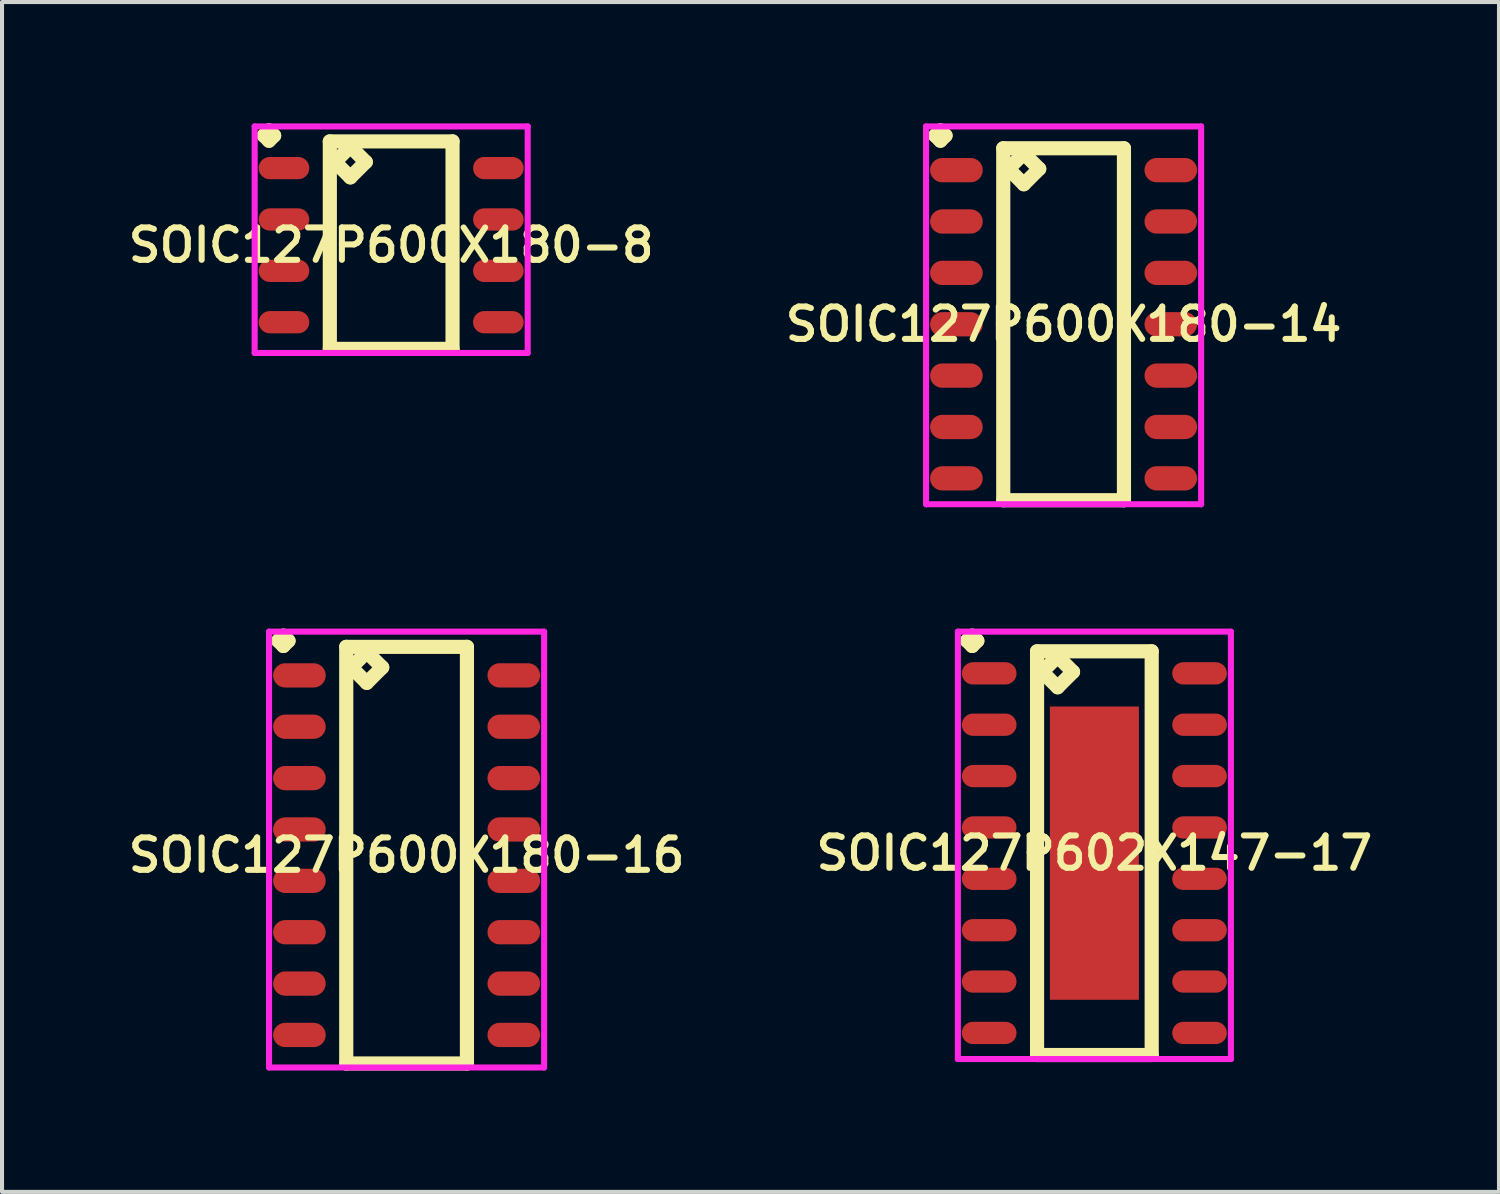
<source format=kicad_pcb>
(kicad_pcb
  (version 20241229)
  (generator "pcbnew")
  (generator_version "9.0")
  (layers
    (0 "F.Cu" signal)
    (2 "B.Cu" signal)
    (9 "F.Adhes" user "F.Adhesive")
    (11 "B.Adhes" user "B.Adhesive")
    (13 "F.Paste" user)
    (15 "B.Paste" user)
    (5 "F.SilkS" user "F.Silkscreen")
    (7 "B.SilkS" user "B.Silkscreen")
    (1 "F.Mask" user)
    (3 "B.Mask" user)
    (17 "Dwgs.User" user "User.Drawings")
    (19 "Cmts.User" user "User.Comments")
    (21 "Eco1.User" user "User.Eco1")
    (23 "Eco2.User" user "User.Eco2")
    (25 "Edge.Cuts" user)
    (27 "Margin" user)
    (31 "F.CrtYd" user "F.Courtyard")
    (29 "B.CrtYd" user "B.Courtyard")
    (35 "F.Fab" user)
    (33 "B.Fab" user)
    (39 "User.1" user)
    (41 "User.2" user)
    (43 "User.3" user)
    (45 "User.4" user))
  (footprint "SOIC127P602X147-17"
    (layer "F.Cu")
    (at 24.006 18.042)
    (property "Reference" "SOIC127P602X147-17" (at 0 0 0) (layer "F.SilkS") (effects (font (size 0.8 0.8) (thickness 0.15))))
    (attr through_hole)
    (fp_line (start -3.148 -5.249) (end -3.021 -5.376) (stroke (width 0.35) (type solid)) (layer "F.SilkS"))
    (fp_line (start -3.021 -5.376) (end -2.894 -5.249) (stroke (width 0.35) (type solid)) (layer "F.SilkS"))
    (fp_line (start -3.021 -5.122) (end -3.148 -5.249) (stroke (width 0.35) (type solid)) (layer "F.SilkS"))
    (fp_line (start -2.894 -5.249) (end -3.021 -5.122) (stroke (width 0.35) (type solid)) (layer "F.SilkS"))
    (fp_line (start -1.417 -4.99) (end -1.417 4.99) (stroke (width 0.35) (type solid)) (layer "F.SilkS"))
    (fp_line (start -1.417 4.99) (end 1.417 4.99) (stroke (width 0.35) (type solid)) (layer "F.SilkS"))
    (fp_line (start -1.29 -4.482) (end -0.909 -4.863) (stroke (width 0.35) (type solid)) (layer "F.SilkS"))
    (fp_line (start -0.909 -4.863) (end -0.528 -4.482) (stroke (width 0.35) (type solid)) (layer "F.SilkS"))
    (fp_line (start -0.909 -4.101) (end -1.29 -4.482) (stroke (width 0.35) (type solid)) (layer "F.SilkS"))
    (fp_line (start -0.528 -4.482) (end -0.909 -4.101) (stroke (width 0.35) (type solid)) (layer "F.SilkS"))
    (fp_line (start 1.417 -4.99) (end -1.417 -4.99) (stroke (width 0.35) (type solid)) (layer "F.SilkS"))
    (fp_line (start 1.417 4.99) (end 1.417 -4.99) (stroke (width 0.35) (type solid)) (layer "F.SilkS"))
    (fp_line (start -3.375 -5.476) (end 3.375 -5.476) (stroke (width 0.15) (type solid)) (layer "F.CrtYd"))
    (fp_line (start -3.375 5.09) (end -3.375 -5.476) (stroke (width 0.15) (type solid)) (layer "F.CrtYd"))
    (fp_line (start 3.375 -5.476) (end 3.375 5.09) (stroke (width 0.15) (type solid)) (layer "F.CrtYd"))
    (fp_line (start 3.375 5.09) (end -3.375 5.09) (stroke (width 0.15) (type solid)) (layer "F.CrtYd"))
    (pad "1" smd oval (at -2.6 -4.445) (size 1.35 0.55) (layers "F.Cu" "F.Mask" "F.Paste"))
    (pad "2" smd oval (at -2.6 -3.175) (size 1.35 0.55) (layers "F.Cu" "F.Mask" "F.Paste"))
    (pad "3" smd oval (at -2.6 -1.905) (size 1.35 0.55) (layers "F.Cu" "F.Mask" "F.Paste"))
    (pad "4" smd oval (at -2.6 -0.635) (size 1.35 0.55) (layers "F.Cu" "F.Mask" "F.Paste"))
    (pad "5" smd oval (at -2.6 0.635) (size 1.35 0.55) (layers "F.Cu" "F.Mask" "F.Paste"))
    (pad "6" smd oval (at -2.6 1.905) (size 1.35 0.55) (layers "F.Cu" "F.Mask" "F.Paste"))
    (pad "7" smd oval (at -2.6 3.175) (size 1.35 0.55) (layers "F.Cu" "F.Mask" "F.Paste"))
    (pad "8" smd oval (at -2.6 4.445) (size 1.35 0.55) (layers "F.Cu" "F.Mask" "F.Paste"))
    (pad "9" smd oval (at 2.6 4.445) (size 1.35 0.55) (layers "F.Cu" "F.Mask" "F.Paste"))
    (pad "10" smd oval (at 2.6 3.175) (size 1.35 0.55) (layers "F.Cu" "F.Mask" "F.Paste"))
    (pad "11" smd oval (at 2.6 1.905) (size 1.35 0.55) (layers "F.Cu" "F.Mask" "F.Paste"))
    (pad "12" smd oval (at 2.6 0.635) (size 1.35 0.55) (layers "F.Cu" "F.Mask" "F.Paste"))
    (pad "13" smd oval (at 2.6 -0.635) (size 1.35 0.55) (layers "F.Cu" "F.Mask" "F.Paste"))
    (pad "14" smd oval (at 2.6 -1.905) (size 1.35 0.55) (layers "F.Cu" "F.Mask" "F.Paste"))
    (pad "15" smd oval (at 2.6 -3.175) (size 1.35 0.55) (layers "F.Cu" "F.Mask" "F.Paste"))
    (pad "16" smd oval (at 2.6 -4.445) (size 1.35 0.55) (layers "F.Cu" "F.Mask" "F.Paste"))
    (pad "17" smd rect (at 0 0) (size 2.2 7.25) (layers "F.Cu" "F.Mask" "F.Paste")))
  (footprint "SOIC127P600X180-8"
    (layer "F.Cu")
    (at 6.621 3.011)
    (property "Reference" "SOIC127P600X180-8" (at 0 0 0) (layer "F.SilkS") (effects (font (size 0.8 0.8) (thickness 0.15))))
    (attr smd)
    (fp_line (start -3.148 -2.709) (end -3.021 -2.836) (stroke (width 0.35) (type solid)) (layer "F.SilkS"))
    (fp_line (start -3.021 -2.836) (end -2.894 -2.709) (stroke (width 0.35) (type solid)) (layer "F.SilkS"))
    (fp_line (start -3.021 -2.582) (end -3.148 -2.709) (stroke (width 0.35) (type solid)) (layer "F.SilkS"))
    (fp_line (start -2.894 -2.709) (end -3.021 -2.582) (stroke (width 0.35) (type solid)) (layer "F.SilkS"))
    (fp_line (start -1.517 -2.565) (end -1.517 2.565) (stroke (width 0.35) (type solid)) (layer "F.SilkS"))
    (fp_line (start -1.517 2.565) (end 1.517 2.565) (stroke (width 0.35) (type solid)) (layer "F.SilkS"))
    (fp_line (start -1.39 -2.057) (end -1.009 -2.438) (stroke (width 0.35) (type solid)) (layer "F.SilkS"))
    (fp_line (start -1.009 -2.438) (end -0.628 -2.057) (stroke (width 0.35) (type solid)) (layer "F.SilkS"))
    (fp_line (start -1.009 -1.676) (end -1.39 -2.057) (stroke (width 0.35) (type solid)) (layer "F.SilkS"))
    (fp_line (start -0.628 -2.057) (end -1.009 -1.676) (stroke (width 0.35) (type solid)) (layer "F.SilkS"))
    (fp_line (start 1.517 -2.565) (end -1.517 -2.565) (stroke (width 0.35) (type solid)) (layer "F.SilkS"))
    (fp_line (start 1.517 2.565) (end 1.517 -2.565) (stroke (width 0.35) (type solid)) (layer "F.SilkS"))
    (fp_line (start -3.375 -2.936) (end 3.375 -2.936) (stroke (width 0.15) (type solid)) (layer "F.CrtYd"))
    (fp_line (start -3.375 2.665) (end -3.375 -2.936) (stroke (width 0.15) (type solid)) (layer "F.CrtYd"))
    (fp_line (start 3.375 -2.936) (end 3.375 2.665) (stroke (width 0.15) (type solid)) (layer "F.CrtYd"))
    (fp_line (start 3.375 2.665) (end -3.375 2.665) (stroke (width 0.15) (type solid)) (layer "F.CrtYd"))
    (pad "1" smd oval (at -2.65 -1.905) (size 1.25 0.55) (layers "F.Cu" "F.Mask" "F.Paste"))
    (pad "2" smd oval (at -2.65 -0.635) (size 1.25 0.55) (layers "F.Cu" "F.Mask" "F.Paste"))
    (pad "3" smd oval (at -2.65 0.635) (size 1.25 0.55) (layers "F.Cu" "F.Mask" "F.Paste"))
    (pad "4" smd oval (at -2.65 1.905) (size 1.25 0.55) (layers "F.Cu" "F.Mask" "F.Paste"))
    (pad "5" smd oval (at 2.65 1.905) (size 1.25 0.55) (layers "F.Cu" "F.Mask" "F.Paste"))
    (pad "6" smd oval (at 2.65 0.635) (size 1.25 0.55) (layers "F.Cu" "F.Mask" "F.Paste"))
    (pad "7" smd oval (at 2.65 -0.635) (size 1.25 0.55) (layers "F.Cu" "F.Mask" "F.Paste"))
    (pad "8" smd oval (at 2.65 -1.905) (size 1.25 0.55) (layers "F.Cu" "F.Mask" "F.Paste")))
  (footprint "SOIC127P600X180-16"
    (layer "F.Cu")
    (at 7.002 18.092)
    (property "Reference" "SOIC127P600X180-16" (at 0 0 0) (layer "F.SilkS") (effects (font (size 0.8 0.8) (thickness 0.15))))
    (attr smd)
    (fp_line (start -3.173 -5.299) (end -3.046 -5.426) (stroke (width 0.35) (type solid)) (layer "F.SilkS"))
    (fp_line (start -3.046 -5.426) (end -2.919 -5.299) (stroke (width 0.35) (type solid)) (layer "F.SilkS"))
    (fp_line (start -3.046 -5.172) (end -3.173 -5.299) (stroke (width 0.35) (type solid)) (layer "F.SilkS"))
    (fp_line (start -2.919 -5.299) (end -3.046 -5.172) (stroke (width 0.35) (type solid)) (layer "F.SilkS"))
    (fp_line (start -1.492 -5.15) (end -1.492 5.15) (stroke (width 0.35) (type solid)) (layer "F.SilkS"))
    (fp_line (start -1.492 5.15) (end 1.492 5.15) (stroke (width 0.35) (type solid)) (layer "F.SilkS"))
    (fp_line (start -1.365 -4.642) (end -0.984 -5.023) (stroke (width 0.35) (type solid)) (layer "F.SilkS"))
    (fp_line (start -0.984 -5.023) (end -0.603 -4.642) (stroke (width 0.35) (type solid)) (layer "F.SilkS"))
    (fp_line (start -0.984 -4.261) (end -1.365 -4.642) (stroke (width 0.35) (type solid)) (layer "F.SilkS"))
    (fp_line (start -0.603 -4.642) (end -0.984 -4.261) (stroke (width 0.35) (type solid)) (layer "F.SilkS"))
    (fp_line (start 1.492 -5.15) (end -1.492 -5.15) (stroke (width 0.35) (type solid)) (layer "F.SilkS"))
    (fp_line (start 1.492 5.15) (end 1.492 -5.15) (stroke (width 0.35) (type solid)) (layer "F.SilkS"))
    (fp_line (start -3.4 -5.526) (end 3.4 -5.526) (stroke (width 0.15) (type solid)) (layer "F.CrtYd"))
    (fp_line (start -3.4 5.25) (end -3.4 -5.526) (stroke (width 0.15) (type solid)) (layer "F.CrtYd"))
    (fp_line (start 3.4 -5.526) (end 3.4 5.25) (stroke (width 0.15) (type solid)) (layer "F.CrtYd"))
    (fp_line (start 3.4 5.25) (end -3.4 5.25) (stroke (width 0.15) (type solid)) (layer "F.CrtYd"))
    (pad "1" smd oval (at -2.65 -4.445) (size 1.3 0.6) (layers "F.Cu" "F.Mask" "F.Paste"))
    (pad "2" smd oval (at -2.65 -3.175) (size 1.3 0.6) (layers "F.Cu" "F.Mask" "F.Paste"))
    (pad "3" smd oval (at -2.65 -1.905) (size 1.3 0.6) (layers "F.Cu" "F.Mask" "F.Paste"))
    (pad "4" smd oval (at -2.65 -0.635) (size 1.3 0.6) (layers "F.Cu" "F.Mask" "F.Paste"))
    (pad "5" smd oval (at -2.65 0.635) (size 1.3 0.6) (layers "F.Cu" "F.Mask" "F.Paste"))
    (pad "6" smd oval (at -2.65 1.905) (size 1.3 0.6) (layers "F.Cu" "F.Mask" "F.Paste"))
    (pad "7" smd oval (at -2.65 3.175) (size 1.3 0.6) (layers "F.Cu" "F.Mask" "F.Paste"))
    (pad "8" smd oval (at -2.65 4.445) (size 1.3 0.6) (layers "F.Cu" "F.Mask" "F.Paste"))
    (pad "9" smd oval (at 2.65 4.445) (size 1.3 0.6) (layers "F.Cu" "F.Mask" "F.Paste"))
    (pad "10" smd oval (at 2.65 3.175) (size 1.3 0.6) (layers "F.Cu" "F.Mask" "F.Paste"))
    (pad "11" smd oval (at 2.65 1.905) (size 1.3 0.6) (layers "F.Cu" "F.Mask" "F.Paste"))
    (pad "12" smd oval (at 2.65 0.635) (size 1.3 0.6) (layers "F.Cu" "F.Mask" "F.Paste"))
    (pad "13" smd oval (at 2.65 -0.635) (size 1.3 0.6) (layers "F.Cu" "F.Mask" "F.Paste"))
    (pad "14" smd oval (at 2.65 -1.905) (size 1.3 0.6) (layers "F.Cu" "F.Mask" "F.Paste"))
    (pad "15" smd oval (at 2.65 -3.175) (size 1.3 0.6) (layers "F.Cu" "F.Mask" "F.Paste"))
    (pad "16" smd oval (at 2.65 -4.445) (size 1.3 0.6) (layers "F.Cu" "F.Mask" "F.Paste")))
  (footprint "SOIC127P600X180-14"
    (layer "F.Cu")
    (at 23.245 4.966)
    (property "Reference" "SOIC127P600X180-14" (at 0 0 0) (layer "F.SilkS") (effects (font (size 0.8 0.8) (thickness 0.15))))
    (attr smd)
    (fp_line (start -3.173 -4.664) (end -3.046 -4.791) (stroke (width 0.35) (type solid)) (layer "F.SilkS"))
    (fp_line (start -3.046 -4.791) (end -2.919 -4.664) (stroke (width 0.35) (type solid)) (layer "F.SilkS"))
    (fp_line (start -3.046 -4.537) (end -3.173 -4.664) (stroke (width 0.35) (type solid)) (layer "F.SilkS"))
    (fp_line (start -2.919 -4.664) (end -3.046 -4.537) (stroke (width 0.35) (type solid)) (layer "F.SilkS"))
    (fp_line (start -1.492 -4.35) (end -1.492 4.35) (stroke (width 0.35) (type solid)) (layer "F.SilkS"))
    (fp_line (start -1.492 4.35) (end 1.492 4.35) (stroke (width 0.35) (type solid)) (layer "F.SilkS"))
    (fp_line (start -1.365 -3.842) (end -0.984 -4.223) (stroke (width 0.35) (type solid)) (layer "F.SilkS"))
    (fp_line (start -0.984 -4.223) (end -0.603 -3.842) (stroke (width 0.35) (type solid)) (layer "F.SilkS"))
    (fp_line (start -0.984 -3.461) (end -1.365 -3.842) (stroke (width 0.35) (type solid)) (layer "F.SilkS"))
    (fp_line (start -0.603 -3.842) (end -0.984 -3.461) (stroke (width 0.35) (type solid)) (layer "F.SilkS"))
    (fp_line (start 1.492 -4.35) (end -1.492 -4.35) (stroke (width 0.35) (type solid)) (layer "F.SilkS"))
    (fp_line (start 1.492 4.35) (end 1.492 -4.35) (stroke (width 0.35) (type solid)) (layer "F.SilkS"))
    (fp_line (start -3.4 -4.891) (end 3.4 -4.891) (stroke (width 0.15) (type solid)) (layer "F.CrtYd"))
    (fp_line (start -3.4 4.45) (end -3.4 -4.891) (stroke (width 0.15) (type solid)) (layer "F.CrtYd"))
    (fp_line (start 3.4 -4.891) (end 3.4 4.45) (stroke (width 0.15) (type solid)) (layer "F.CrtYd"))
    (fp_line (start 3.4 4.45) (end -3.4 4.45) (stroke (width 0.15) (type solid)) (layer "F.CrtYd"))
    (pad "1" smd oval (at -2.65 -3.81) (size 1.3 0.6) (layers "F.Cu" "F.Mask" "F.Paste"))
    (pad "2" smd oval (at -2.65 -2.54) (size 1.3 0.6) (layers "F.Cu" "F.Mask" "F.Paste"))
    (pad "3" smd oval (at -2.65 -1.27) (size 1.3 0.6) (layers "F.Cu" "F.Mask" "F.Paste"))
    (pad "4" smd oval (at -2.65 0) (size 1.3 0.6) (layers "F.Cu" "F.Mask" "F.Paste"))
    (pad "5" smd oval (at -2.65 1.27) (size 1.3 0.6) (layers "F.Cu" "F.Mask" "F.Paste"))
    (pad "6" smd oval (at -2.65 2.54) (size 1.3 0.6) (layers "F.Cu" "F.Mask" "F.Paste"))
    (pad "7" smd oval (at -2.65 3.81) (size 1.3 0.6) (layers "F.Cu" "F.Mask" "F.Paste"))
    (pad "8" smd oval (at 2.65 3.81) (size 1.3 0.6) (layers "F.Cu" "F.Mask" "F.Paste"))
    (pad "9" smd oval (at 2.65 2.54) (size 1.3 0.6) (layers "F.Cu" "F.Mask" "F.Paste"))
    (pad "10" smd oval (at 2.65 1.27) (size 1.3 0.6) (layers "F.Cu" "F.Mask" "F.Paste"))
    (pad "11" smd oval (at 2.65 0) (size 1.3 0.6) (layers "F.Cu" "F.Mask" "F.Paste"))
    (pad "12" smd oval (at 2.65 -1.27) (size 1.3 0.6) (layers "F.Cu" "F.Mask" "F.Paste"))
    (pad "13" smd oval (at 2.65 -2.54) (size 1.3 0.6) (layers "F.Cu" "F.Mask" "F.Paste"))
    (pad "14" smd oval (at 2.65 -3.81) (size 1.3 0.6) (layers "F.Cu" "F.Mask" "F.Paste")))
  (gr_rect
    (start -3 -3)
    (end 34.009 26.417)
    (stroke (width 0.1) (type default))
    (fill no)
    (layer "Edge.Cuts")))
</source>
